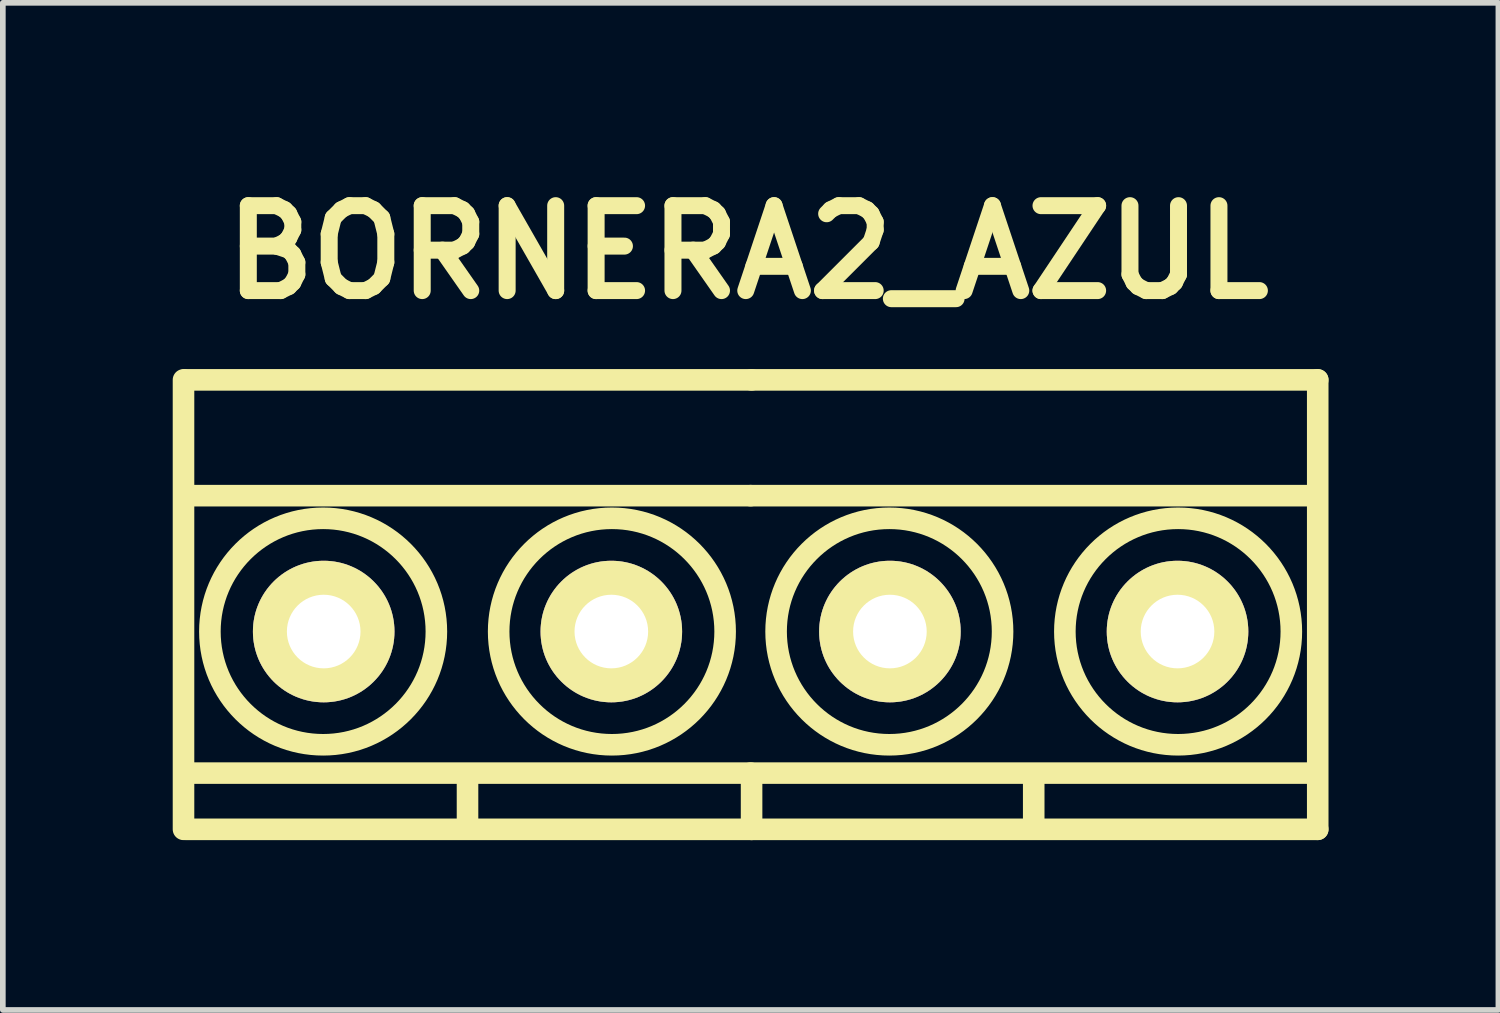
<source format=kicad_pcb>
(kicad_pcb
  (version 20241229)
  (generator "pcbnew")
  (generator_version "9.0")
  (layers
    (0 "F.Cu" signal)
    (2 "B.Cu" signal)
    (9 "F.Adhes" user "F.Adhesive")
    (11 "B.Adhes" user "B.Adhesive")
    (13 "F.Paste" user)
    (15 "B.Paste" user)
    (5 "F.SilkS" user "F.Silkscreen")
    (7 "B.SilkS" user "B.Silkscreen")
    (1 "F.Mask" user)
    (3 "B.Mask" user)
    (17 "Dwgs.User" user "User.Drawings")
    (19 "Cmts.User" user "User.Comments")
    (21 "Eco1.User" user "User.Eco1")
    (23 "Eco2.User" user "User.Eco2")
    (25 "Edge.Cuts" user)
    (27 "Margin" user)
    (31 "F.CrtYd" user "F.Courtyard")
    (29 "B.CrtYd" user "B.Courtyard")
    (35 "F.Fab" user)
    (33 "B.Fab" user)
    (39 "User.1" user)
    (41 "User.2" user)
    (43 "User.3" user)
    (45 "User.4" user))
  (footprint "BORNERA2_AZUL"
    (layer "F.Cu")
    (at 10.157 8.104)
    (property "Reference" "BORNERA2_AZUL" (at 0 -6.7 0) (layer "F.SilkS") (effects (font (size 1.5 1.5) (thickness 0.3))))
    (attr through_hole)
    (fp_line (start -9.966 -4.445) (end -9.966 3.493) (stroke (width 0.381) (type solid)) (layer "F.SilkS"))
    (fp_line (start -9.95 -2.4) (end 0.05 -2.4) (stroke (width 0.381) (type solid)) (layer "F.SilkS"))
    (fp_line (start -9.95 2.5) (end 0.05 2.5) (stroke (width 0.381) (type solid)) (layer "F.SilkS"))
    (fp_line (start -9.934 3.493) (end 0.067 3.493) (stroke (width 0.381) (type solid)) (layer "F.SilkS"))
    (fp_line (start -4.95 2.54) (end -4.95 3.485) (stroke (width 0.381) (type solid)) (layer "F.SilkS"))
    (fp_line (start 0.05 -2.4) (end 10.05 -2.4) (stroke (width 0.381) (type solid)) (layer "F.SilkS"))
    (fp_line (start 0.05 2.5) (end 10.05 2.5) (stroke (width 0.381) (type solid)) (layer "F.SilkS"))
    (fp_line (start 0.067 -4.445) (end -9.934 -4.445) (stroke (width 0.381) (type solid)) (layer "F.SilkS"))
    (fp_line (start 0.067 2.548) (end 0.067 3.493) (stroke (width 0.381) (type solid)) (layer "F.SilkS"))
    (fp_line (start 0.067 3.493) (end 10.066 3.493) (stroke (width 0.381) (type solid)) (layer "F.SilkS"))
    (fp_line (start 5.05 2.54) (end 5.05 3.485) (stroke (width 0.381) (type solid)) (layer "F.SilkS"))
    (fp_line (start 10.066 -4.445) (end 0.067 -4.445) (stroke (width 0.381) (type solid)) (layer "F.SilkS"))
    (fp_line (start 10.066 3.493) (end 10.066 -4.445) (stroke (width 0.381) (type solid)) (layer "F.SilkS"))
    (fp_circle (center -7.5 0) (end -5.5 0) (stroke (width 0.381) (type solid)) (fill no) (layer "F.SilkS"))
    (fp_circle (center -2.4 0) (end -4.4 0) (stroke (width 0.381) (type solid)) (fill no) (layer "F.SilkS"))
    (fp_circle (center 2.5 0) (end 4.5 0) (stroke (width 0.381) (type solid)) (fill no) (layer "F.SilkS"))
    (fp_circle (center 7.6 0) (end 5.6 0) (stroke (width 0.381) (type solid)) (fill no) (layer "F.SilkS"))
    (pad "1" thru_hole circle (at -7.49 0) (size 2.5 2.5) (drill 1.3) (layers "*.Cu" "*.Mask" "F.SilkS"))
    (pad "1" thru_hole circle (at 2.51 0) (size 2.5 2.5) (drill 1.3) (layers "*.Cu" "*.Mask" "F.SilkS"))
    (pad "2" thru_hole circle (at -2.41 0) (size 2.5 2.5) (drill 1.3) (layers "*.Cu" "*.Mask" "F.SilkS"))
    (pad "2" thru_hole circle (at 7.59 0) (size 2.5 2.5) (drill 1.3) (layers "*.Cu" "*.Mask" "F.SilkS")))
  (gr_rect
    (start -3 -3)
    (end 23.414 14.787)
    (stroke (width 0.1) (type default))
    (fill no)
    (layer "Edge.Cuts")))
</source>
